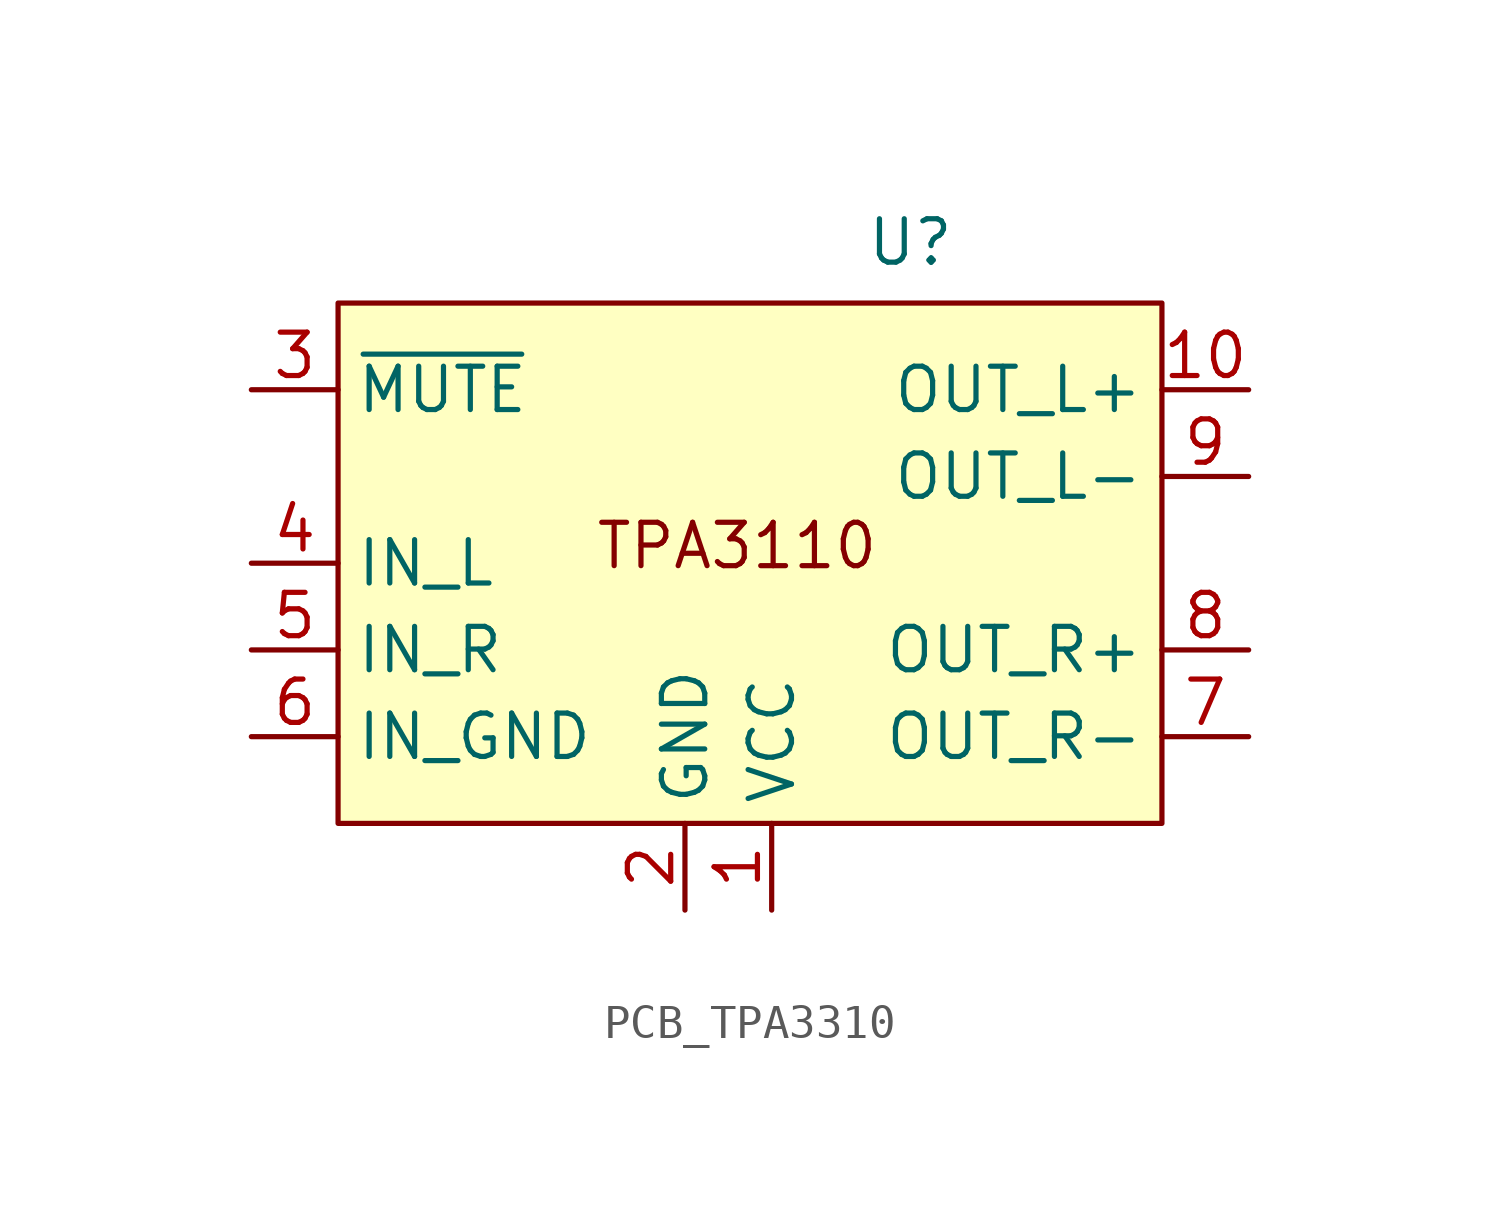
<source format=kicad_sym>
(kicad_symbol_lib
  (version 20241209)
  (generator "kicad_symbol_editor")
  (generator_version "9.0")
  (symbol "PCB_TPA3310"
    (property "Reference" "U"
      (at 5.334 13.208 0)
      (effects (font (size 1.27 1.27))))
    (property "Value" ""
      (at 0 0 0)
      (effects (font (size 1.27 1.27))))
    (symbol "PCB_TPA3310_1_1"
      (rectangle (start -11.43 11.43) (end 12.7 -3.81) (stroke (width 0) (type solid)) (fill (type background)))
      (text "TPA3110" (at 0.254 4.318 0) (effects (font (size 1.27 1.27))))
      (pin input line (at -13.97 8.89 0) (length 2.54) (name "~{MUTE}" (effects (font (size 1.27 1.27)))) (number "3" (effects (font (size 1.27 1.27)))))
      (pin input line (at -13.97 3.81 0) (length 2.54) (name "IN_L" (effects (font (size 1.27 1.27)))) (number "4" (effects (font (size 1.27 1.27)))))
      (pin input line (at -13.97 1.27 0) (length 2.54) (name "IN_R" (effects (font (size 1.27 1.27)))) (number "5" (effects (font (size 1.27 1.27)))))
      (pin input line (at -13.97 -1.27 0) (length 2.54) (name "IN_GND" (effects (font (size 1.27 1.27)))) (number "6" (effects (font (size 1.27 1.27)))))
      (pin power_in line (at -1.27 -6.35 90) (length 2.54) (name "GND" (effects (font (size 1.27 1.27)))) (number "2" (effects (font (size 1.27 1.27)))))
      (pin power_in line (at 1.27 -6.35 90) (length 2.54) (name "VCC" (effects (font (size 1.27 1.27)))) (number "1" (effects (font (size 1.27 1.27)))))
      (pin output line (at 15.24 8.89 180) (length 2.54) (name "OUT_L+" (effects (font (size 1.27 1.27)))) (number "10" (effects (font (size 1.27 1.27)))))
      (pin output line (at 15.24 6.35 180) (length 2.54) (name "OUT_L-" (effects (font (size 1.27 1.27)))) (number "9" (effects (font (size 1.27 1.27)))))
      (pin output line (at 15.24 1.27 180) (length 2.54) (name "OUT_R+" (effects (font (size 1.27 1.27)))) (number "8" (effects (font (size 1.27 1.27)))))
      (pin output line (at 15.24 -1.27 180) (length 2.54) (name "OUT_R-" (effects (font (size 1.27 1.27)))) (number "7" (effects (font (size 1.27 1.27))))))))
</source>
